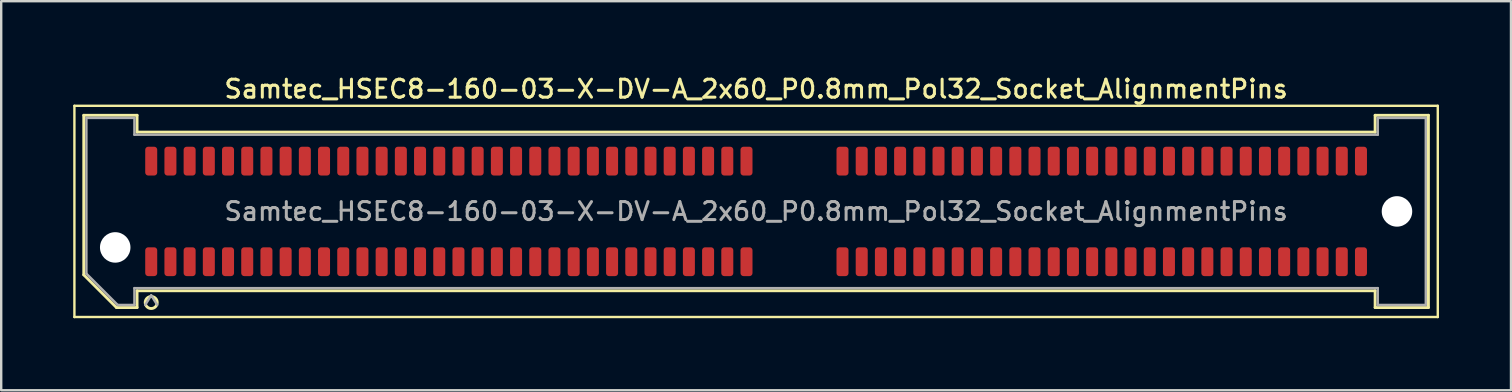
<source format=kicad_pcb>
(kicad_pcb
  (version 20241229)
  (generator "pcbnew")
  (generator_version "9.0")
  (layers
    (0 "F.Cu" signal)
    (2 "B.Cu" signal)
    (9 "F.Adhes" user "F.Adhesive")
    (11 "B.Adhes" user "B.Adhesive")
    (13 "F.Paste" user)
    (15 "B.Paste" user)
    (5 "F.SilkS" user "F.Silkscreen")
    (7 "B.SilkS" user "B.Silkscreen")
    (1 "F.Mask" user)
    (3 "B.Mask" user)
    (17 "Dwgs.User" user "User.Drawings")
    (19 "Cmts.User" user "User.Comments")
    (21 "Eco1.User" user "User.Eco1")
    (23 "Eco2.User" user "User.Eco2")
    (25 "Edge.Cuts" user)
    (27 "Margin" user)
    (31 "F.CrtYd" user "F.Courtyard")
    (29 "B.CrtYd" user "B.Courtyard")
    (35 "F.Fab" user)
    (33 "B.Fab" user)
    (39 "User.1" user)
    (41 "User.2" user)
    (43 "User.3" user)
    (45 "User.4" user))
  (footprint "Samtec_HSEC8-160-03-X-DV-A_2x60_P0.8mm_Pol32_Socket_AlignmentPins"
    (layer "F.Cu")
    (at 28.45 5.758)
    (property "Reference" "Samtec_HSEC8-160-03-X-DV-A_2x60_P0.8mm_Pol32_Socket_AlignmentPins" (at 0 -5.1 0) (layer "F.SilkS") (effects (font (size 0.75 0.75) (thickness 0.125))))
    (attr smd)
    (fp_line (start -28.4 -4.4) (end -28.4 4.4) (stroke (width 0.1) (type solid)) (layer "F.SilkS"))
    (fp_line (start -28.4 4.4) (end 28.4 4.4) (stroke (width 0.1) (type solid)) (layer "F.SilkS"))
    (fp_line (start -28.01 -4.005) (end -25.79 -4.005) (stroke (width 0.12) (type solid)) (layer "F.SilkS"))
    (fp_line (start -28.01 2.641) (end -28.01 -4.005) (stroke (width 0.12) (type solid)) (layer "F.SilkS"))
    (fp_line (start -26.646 4.005) (end -28.01 2.641) (stroke (width 0.12) (type solid)) (layer "F.SilkS"))
    (fp_line (start -25.79 -4.005) (end -25.79 -3.305) (stroke (width 0.12) (type solid)) (layer "F.SilkS"))
    (fp_line (start -25.79 -3.305) (end 25.79 -3.305) (stroke (width 0.12) (type solid)) (layer "F.SilkS"))
    (fp_line (start -25.79 3.305) (end -25.79 4.005) (stroke (width 0.12) (type solid)) (layer "F.SilkS"))
    (fp_line (start -25.79 4.005) (end -26.646 4.005) (stroke (width 0.12) (type solid)) (layer "F.SilkS"))
    (fp_line (start 25.79 -4.005) (end 28.01 -4.005) (stroke (width 0.12) (type solid)) (layer "F.SilkS"))
    (fp_line (start 25.79 -3.305) (end 25.79 -4.005) (stroke (width 0.12) (type solid)) (layer "F.SilkS"))
    (fp_line (start 25.79 3.305) (end -25.79 3.305) (stroke (width 0.12) (type solid)) (layer "F.SilkS"))
    (fp_line (start 25.79 4.005) (end 25.79 3.305) (stroke (width 0.12) (type solid)) (layer "F.SilkS"))
    (fp_line (start 28.01 -4.005) (end 28.01 4.005) (stroke (width 0.12) (type solid)) (layer "F.SilkS"))
    (fp_line (start 28.01 4.005) (end 25.79 4.005) (stroke (width 0.12) (type solid)) (layer "F.SilkS"))
    (fp_line (start 28.4 -4.4) (end -28.4 -4.4) (stroke (width 0.1) (type solid)) (layer "F.SilkS"))
    (fp_line (start 28.4 4.4) (end 28.4 -4.4) (stroke (width 0.1) (type solid)) (layer "F.SilkS"))
    (fp_arc (start -24.95 3.795) (mid -25.45 3.795) (end -24.95 3.795) (stroke (width 0.12) (type solid)) (layer "F.SilkS"))
    (fp_line (start -27.9 -3.895) (end -25.9 -3.895) (stroke (width 0.1) (type solid)) (layer "F.Fab"))
    (fp_line (start -27.9 2.595) (end -27.9 -3.895) (stroke (width 0.1) (type solid)) (layer "F.Fab"))
    (fp_line (start -26.6 3.895) (end -27.9 2.595) (stroke (width 0.1) (type solid)) (layer "F.Fab"))
    (fp_line (start -25.9 -3.895) (end -25.9 -3.195) (stroke (width 0.1) (type solid)) (layer "F.Fab"))
    (fp_line (start -25.9 -3.195) (end 25.9 -3.195) (stroke (width 0.1) (type solid)) (layer "F.Fab"))
    (fp_line (start -25.9 3.195) (end -25.9 3.895) (stroke (width 0.1) (type solid)) (layer "F.Fab"))
    (fp_line (start -25.9 3.895) (end -26.6 3.895) (stroke (width 0.1) (type solid)) (layer "F.Fab"))
    (fp_line (start -25.2 3.495) (end -25.45 3.895) (stroke (width 0.1) (type solid)) (layer "F.Fab"))
    (fp_line (start -25.2 3.495) (end -24.95 3.895) (stroke (width 0.1) (type solid)) (layer "F.Fab"))
    (fp_line (start 25.9 -3.895) (end 27.9 -3.895) (stroke (width 0.1) (type solid)) (layer "F.Fab"))
    (fp_line (start 25.9 -3.195) (end 25.9 -3.895) (stroke (width 0.1) (type solid)) (layer "F.Fab"))
    (fp_line (start 25.9 3.195) (end -25.9 3.195) (stroke (width 0.1) (type solid)) (layer "F.Fab"))
    (fp_line (start 25.9 3.895) (end 25.9 3.195) (stroke (width 0.1) (type solid)) (layer "F.Fab"))
    (fp_line (start 27.9 -3.895) (end 27.9 3.895) (stroke (width 0.1) (type solid)) (layer "F.Fab"))
    (fp_line (start 27.9 3.895) (end 25.9 3.895) (stroke (width 0.1) (type solid)) (layer "F.Fab"))
    (fp_text user "${REFERENCE}" (at 0 0 0) (layer "F.Fab") (effects (font (size 0.75 0.75) (thickness 0.125))))
    (pad "" np_thru_hole circle (at -26.7 1.5) (size 1.27 1.27) (drill 1.27) (layers "*.Cu" "*.Mask"))
    (pad "" np_thru_hole circle (at 26.7 0) (size 1.27 1.27) (drill 1.27) (layers "*.Cu" "*.Mask"))
    (pad "1" smd roundrect (at -25.2 2.095) (size 0.5 1.2) (layers "F.Cu" "F.Mask" "F.Paste") (roundrect_rratio 0.25))
    (pad "2" smd roundrect (at -25.2 -2.095) (size 0.5 1.2) (layers "F.Cu" "F.Mask" "F.Paste") (roundrect_rratio 0.25))
    (pad "3" smd roundrect (at -24.4 2.095) (size 0.5 1.2) (layers "F.Cu" "F.Mask" "F.Paste") (roundrect_rratio 0.25))
    (pad "4" smd roundrect (at -24.4 -2.095) (size 0.5 1.2) (layers "F.Cu" "F.Mask" "F.Paste") (roundrect_rratio 0.25))
    (pad "5" smd roundrect (at -23.6 2.095) (size 0.5 1.2) (layers "F.Cu" "F.Mask" "F.Paste") (roundrect_rratio 0.25))
    (pad "6" smd roundrect (at -23.6 -2.095) (size 0.5 1.2) (layers "F.Cu" "F.Mask" "F.Paste") (roundrect_rratio 0.25))
    (pad "7" smd roundrect (at -22.8 2.095) (size 0.5 1.2) (layers "F.Cu" "F.Mask" "F.Paste") (roundrect_rratio 0.25))
    (pad "8" smd roundrect (at -22.8 -2.095) (size 0.5 1.2) (layers "F.Cu" "F.Mask" "F.Paste") (roundrect_rratio 0.25))
    (pad "9" smd roundrect (at -22 2.095) (size 0.5 1.2) (layers "F.Cu" "F.Mask" "F.Paste") (roundrect_rratio 0.25))
    (pad "10" smd roundrect (at -22 -2.095) (size 0.5 1.2) (layers "F.Cu" "F.Mask" "F.Paste") (roundrect_rratio 0.25))
    (pad "11" smd roundrect (at -21.2 2.095) (size 0.5 1.2) (layers "F.Cu" "F.Mask" "F.Paste") (roundrect_rratio 0.25))
    (pad "12" smd roundrect (at -21.2 -2.095) (size 0.5 1.2) (layers "F.Cu" "F.Mask" "F.Paste") (roundrect_rratio 0.25))
    (pad "13" smd roundrect (at -20.4 2.095) (size 0.5 1.2) (layers "F.Cu" "F.Mask" "F.Paste") (roundrect_rratio 0.25))
    (pad "14" smd roundrect (at -20.4 -2.095) (size 0.5 1.2) (layers "F.Cu" "F.Mask" "F.Paste") (roundrect_rratio 0.25))
    (pad "15" smd roundrect (at -19.6 2.095) (size 0.5 1.2) (layers "F.Cu" "F.Mask" "F.Paste") (roundrect_rratio 0.25))
    (pad "16" smd roundrect (at -19.6 -2.095) (size 0.5 1.2) (layers "F.Cu" "F.Mask" "F.Paste") (roundrect_rratio 0.25))
    (pad "17" smd roundrect (at -18.8 2.095) (size 0.5 1.2) (layers "F.Cu" "F.Mask" "F.Paste") (roundrect_rratio 0.25))
    (pad "18" smd roundrect (at -18.8 -2.095) (size 0.5 1.2) (layers "F.Cu" "F.Mask" "F.Paste") (roundrect_rratio 0.25))
    (pad "19" smd roundrect (at -18 2.095) (size 0.5 1.2) (layers "F.Cu" "F.Mask" "F.Paste") (roundrect_rratio 0.25))
    (pad "20" smd roundrect (at -18 -2.095) (size 0.5 1.2) (layers "F.Cu" "F.Mask" "F.Paste") (roundrect_rratio 0.25))
    (pad "21" smd roundrect (at -17.2 2.095) (size 0.5 1.2) (layers "F.Cu" "F.Mask" "F.Paste") (roundrect_rratio 0.25))
    (pad "22" smd roundrect (at -17.2 -2.095) (size 0.5 1.2) (layers "F.Cu" "F.Mask" "F.Paste") (roundrect_rratio 0.25))
    (pad "23" smd roundrect (at -16.4 2.095) (size 0.5 1.2) (layers "F.Cu" "F.Mask" "F.Paste") (roundrect_rratio 0.25))
    (pad "24" smd roundrect (at -16.4 -2.095) (size 0.5 1.2) (layers "F.Cu" "F.Mask" "F.Paste") (roundrect_rratio 0.25))
    (pad "25" smd roundrect (at -15.6 2.095) (size 0.5 1.2) (layers "F.Cu" "F.Mask" "F.Paste") (roundrect_rratio 0.25))
    (pad "26" smd roundrect (at -15.6 -2.095) (size 0.5 1.2) (layers "F.Cu" "F.Mask" "F.Paste") (roundrect_rratio 0.25))
    (pad "27" smd roundrect (at -14.8 2.095) (size 0.5 1.2) (layers "F.Cu" "F.Mask" "F.Paste") (roundrect_rratio 0.25))
    (pad "28" smd roundrect (at -14.8 -2.095) (size 0.5 1.2) (layers "F.Cu" "F.Mask" "F.Paste") (roundrect_rratio 0.25))
    (pad "29" smd roundrect (at -14 2.095) (size 0.5 1.2) (layers "F.Cu" "F.Mask" "F.Paste") (roundrect_rratio 0.25))
    (pad "30" smd roundrect (at -14 -2.095) (size 0.5 1.2) (layers "F.Cu" "F.Mask" "F.Paste") (roundrect_rratio 0.25))
    (pad "31" smd roundrect (at -13.2 2.095) (size 0.5 1.2) (layers "F.Cu" "F.Mask" "F.Paste") (roundrect_rratio 0.25))
    (pad "32" smd roundrect (at -13.2 -2.095) (size 0.5 1.2) (layers "F.Cu" "F.Mask" "F.Paste") (roundrect_rratio 0.25))
    (pad "33" smd roundrect (at -12.4 2.095) (size 0.5 1.2) (layers "F.Cu" "F.Mask" "F.Paste") (roundrect_rratio 0.25))
    (pad "34" smd roundrect (at -12.4 -2.095) (size 0.5 1.2) (layers "F.Cu" "F.Mask" "F.Paste") (roundrect_rratio 0.25))
    (pad "35" smd roundrect (at -11.6 2.095) (size 0.5 1.2) (layers "F.Cu" "F.Mask" "F.Paste") (roundrect_rratio 0.25))
    (pad "36" smd roundrect (at -11.6 -2.095) (size 0.5 1.2) (layers "F.Cu" "F.Mask" "F.Paste") (roundrect_rratio 0.25))
    (pad "37" smd roundrect (at -10.8 2.095) (size 0.5 1.2) (layers "F.Cu" "F.Mask" "F.Paste") (roundrect_rratio 0.25))
    (pad "38" smd roundrect (at -10.8 -2.095) (size 0.5 1.2) (layers "F.Cu" "F.Mask" "F.Paste") (roundrect_rratio 0.25))
    (pad "39" smd roundrect (at -10 2.095) (size 0.5 1.2) (layers "F.Cu" "F.Mask" "F.Paste") (roundrect_rratio 0.25))
    (pad "40" smd roundrect (at -10 -2.095) (size 0.5 1.2) (layers "F.Cu" "F.Mask" "F.Paste") (roundrect_rratio 0.25))
    (pad "41" smd roundrect (at -9.2 2.095) (size 0.5 1.2) (layers "F.Cu" "F.Mask" "F.Paste") (roundrect_rratio 0.25))
    (pad "42" smd roundrect (at -9.2 -2.095) (size 0.5 1.2) (layers "F.Cu" "F.Mask" "F.Paste") (roundrect_rratio 0.25))
    (pad "43" smd roundrect (at -8.4 2.095) (size 0.5 1.2) (layers "F.Cu" "F.Mask" "F.Paste") (roundrect_rratio 0.25))
    (pad "44" smd roundrect (at -8.4 -2.095) (size 0.5 1.2) (layers "F.Cu" "F.Mask" "F.Paste") (roundrect_rratio 0.25))
    (pad "45" smd roundrect (at -7.6 2.095) (size 0.5 1.2) (layers "F.Cu" "F.Mask" "F.Paste") (roundrect_rratio 0.25))
    (pad "46" smd roundrect (at -7.6 -2.095) (size 0.5 1.2) (layers "F.Cu" "F.Mask" "F.Paste") (roundrect_rratio 0.25))
    (pad "47" smd roundrect (at -6.8 2.095) (size 0.5 1.2) (layers "F.Cu" "F.Mask" "F.Paste") (roundrect_rratio 0.25))
    (pad "48" smd roundrect (at -6.8 -2.095) (size 0.5 1.2) (layers "F.Cu" "F.Mask" "F.Paste") (roundrect_rratio 0.25))
    (pad "49" smd roundrect (at -6 2.095) (size 0.5 1.2) (layers "F.Cu" "F.Mask" "F.Paste") (roundrect_rratio 0.25))
    (pad "50" smd roundrect (at -6 -2.095) (size 0.5 1.2) (layers "F.Cu" "F.Mask" "F.Paste") (roundrect_rratio 0.25))
    (pad "51" smd roundrect (at -5.2 2.095) (size 0.5 1.2) (layers "F.Cu" "F.Mask" "F.Paste") (roundrect_rratio 0.25))
    (pad "52" smd roundrect (at -5.2 -2.095) (size 0.5 1.2) (layers "F.Cu" "F.Mask" "F.Paste") (roundrect_rratio 0.25))
    (pad "53" smd roundrect (at -4.4 2.095) (size 0.5 1.2) (layers "F.Cu" "F.Mask" "F.Paste") (roundrect_rratio 0.25))
    (pad "54" smd roundrect (at -4.4 -2.095) (size 0.5 1.2) (layers "F.Cu" "F.Mask" "F.Paste") (roundrect_rratio 0.25))
    (pad "55" smd roundrect (at -3.6 2.095) (size 0.5 1.2) (layers "F.Cu" "F.Mask" "F.Paste") (roundrect_rratio 0.25))
    (pad "56" smd roundrect (at -3.6 -2.095) (size 0.5 1.2) (layers "F.Cu" "F.Mask" "F.Paste") (roundrect_rratio 0.25))
    (pad "57" smd roundrect (at -2.8 2.095) (size 0.5 1.2) (layers "F.Cu" "F.Mask" "F.Paste") (roundrect_rratio 0.25))
    (pad "58" smd roundrect (at -2.8 -2.095) (size 0.5 1.2) (layers "F.Cu" "F.Mask" "F.Paste") (roundrect_rratio 0.25))
    (pad "59" smd roundrect (at -2 2.095) (size 0.5 1.2) (layers "F.Cu" "F.Mask" "F.Paste") (roundrect_rratio 0.25))
    (pad "60" smd roundrect (at -2 -2.095) (size 0.5 1.2) (layers "F.Cu" "F.Mask" "F.Paste") (roundrect_rratio 0.25))
    (pad "61" smd roundrect (at -1.2 2.095) (size 0.5 1.2) (layers "F.Cu" "F.Mask" "F.Paste") (roundrect_rratio 0.25))
    (pad "62" smd roundrect (at -1.2 -2.095) (size 0.5 1.2) (layers "F.Cu" "F.Mask" "F.Paste") (roundrect_rratio 0.25))
    (pad "63" smd roundrect (at -0.4 2.095) (size 0.5 1.2) (layers "F.Cu" "F.Mask" "F.Paste") (roundrect_rratio 0.25))
    (pad "64" smd roundrect (at -0.4 -2.095) (size 0.5 1.2) (layers "F.Cu" "F.Mask" "F.Paste") (roundrect_rratio 0.25))
    (pad "65" smd roundrect (at 3.6 2.095) (size 0.5 1.2) (layers "F.Cu" "F.Mask" "F.Paste") (roundrect_rratio 0.25))
    (pad "66" smd roundrect (at 3.6 -2.095) (size 0.5 1.2) (layers "F.Cu" "F.Mask" "F.Paste") (roundrect_rratio 0.25))
    (pad "67" smd roundrect (at 4.4 2.095) (size 0.5 1.2) (layers "F.Cu" "F.Mask" "F.Paste") (roundrect_rratio 0.25))
    (pad "68" smd roundrect (at 4.4 -2.095) (size 0.5 1.2) (layers "F.Cu" "F.Mask" "F.Paste") (roundrect_rratio 0.25))
    (pad "69" smd roundrect (at 5.2 2.095) (size 0.5 1.2) (layers "F.Cu" "F.Mask" "F.Paste") (roundrect_rratio 0.25))
    (pad "70" smd roundrect (at 5.2 -2.095) (size 0.5 1.2) (layers "F.Cu" "F.Mask" "F.Paste") (roundrect_rratio 0.25))
    (pad "71" smd roundrect (at 6 2.095) (size 0.5 1.2) (layers "F.Cu" "F.Mask" "F.Paste") (roundrect_rratio 0.25))
    (pad "72" smd roundrect (at 6 -2.095) (size 0.5 1.2) (layers "F.Cu" "F.Mask" "F.Paste") (roundrect_rratio 0.25))
    (pad "73" smd roundrect (at 6.8 2.095) (size 0.5 1.2) (layers "F.Cu" "F.Mask" "F.Paste") (roundrect_rratio 0.25))
    (pad "74" smd roundrect (at 6.8 -2.095) (size 0.5 1.2) (layers "F.Cu" "F.Mask" "F.Paste") (roundrect_rratio 0.25))
    (pad "75" smd roundrect (at 7.6 2.095) (size 0.5 1.2) (layers "F.Cu" "F.Mask" "F.Paste") (roundrect_rratio 0.25))
    (pad "76" smd roundrect (at 7.6 -2.095) (size 0.5 1.2) (layers "F.Cu" "F.Mask" "F.Paste") (roundrect_rratio 0.25))
    (pad "77" smd roundrect (at 8.4 2.095) (size 0.5 1.2) (layers "F.Cu" "F.Mask" "F.Paste") (roundrect_rratio 0.25))
    (pad "78" smd roundrect (at 8.4 -2.095) (size 0.5 1.2) (layers "F.Cu" "F.Mask" "F.Paste") (roundrect_rratio 0.25))
    (pad "79" smd roundrect (at 9.2 2.095) (size 0.5 1.2) (layers "F.Cu" "F.Mask" "F.Paste") (roundrect_rratio 0.25))
    (pad "80" smd roundrect (at 9.2 -2.095) (size 0.5 1.2) (layers "F.Cu" "F.Mask" "F.Paste") (roundrect_rratio 0.25))
    (pad "81" smd roundrect (at 10 2.095) (size 0.5 1.2) (layers "F.Cu" "F.Mask" "F.Paste") (roundrect_rratio 0.25))
    (pad "82" smd roundrect (at 10 -2.095) (size 0.5 1.2) (layers "F.Cu" "F.Mask" "F.Paste") (roundrect_rratio 0.25))
    (pad "83" smd roundrect (at 10.8 2.095) (size 0.5 1.2) (layers "F.Cu" "F.Mask" "F.Paste") (roundrect_rratio 0.25))
    (pad "84" smd roundrect (at 10.8 -2.095) (size 0.5 1.2) (layers "F.Cu" "F.Mask" "F.Paste") (roundrect_rratio 0.25))
    (pad "85" smd roundrect (at 11.6 2.095) (size 0.5 1.2) (layers "F.Cu" "F.Mask" "F.Paste") (roundrect_rratio 0.25))
    (pad "86" smd roundrect (at 11.6 -2.095) (size 0.5 1.2) (layers "F.Cu" "F.Mask" "F.Paste") (roundrect_rratio 0.25))
    (pad "87" smd roundrect (at 12.4 2.095) (size 0.5 1.2) (layers "F.Cu" "F.Mask" "F.Paste") (roundrect_rratio 0.25))
    (pad "88" smd roundrect (at 12.4 -2.095) (size 0.5 1.2) (layers "F.Cu" "F.Mask" "F.Paste") (roundrect_rratio 0.25))
    (pad "89" smd roundrect (at 13.2 2.095) (size 0.5 1.2) (layers "F.Cu" "F.Mask" "F.Paste") (roundrect_rratio 0.25))
    (pad "90" smd roundrect (at 13.2 -2.095) (size 0.5 1.2) (layers "F.Cu" "F.Mask" "F.Paste") (roundrect_rratio 0.25))
    (pad "91" smd roundrect (at 14 2.095) (size 0.5 1.2) (layers "F.Cu" "F.Mask" "F.Paste") (roundrect_rratio 0.25))
    (pad "92" smd roundrect (at 14 -2.095) (size 0.5 1.2) (layers "F.Cu" "F.Mask" "F.Paste") (roundrect_rratio 0.25))
    (pad "93" smd roundrect (at 14.8 2.095) (size 0.5 1.2) (layers "F.Cu" "F.Mask" "F.Paste") (roundrect_rratio 0.25))
    (pad "94" smd roundrect (at 14.8 -2.095) (size 0.5 1.2) (layers "F.Cu" "F.Mask" "F.Paste") (roundrect_rratio 0.25))
    (pad "95" smd roundrect (at 15.6 2.095) (size 0.5 1.2) (layers "F.Cu" "F.Mask" "F.Paste") (roundrect_rratio 0.25))
    (pad "96" smd roundrect (at 15.6 -2.095) (size 0.5 1.2) (layers "F.Cu" "F.Mask" "F.Paste") (roundrect_rratio 0.25))
    (pad "97" smd roundrect (at 16.4 2.095) (size 0.5 1.2) (layers "F.Cu" "F.Mask" "F.Paste") (roundrect_rratio 0.25))
    (pad "98" smd roundrect (at 16.4 -2.095) (size 0.5 1.2) (layers "F.Cu" "F.Mask" "F.Paste") (roundrect_rratio 0.25))
    (pad "99" smd roundrect (at 17.2 2.095) (size 0.5 1.2) (layers "F.Cu" "F.Mask" "F.Paste") (roundrect_rratio 0.25))
    (pad "100" smd roundrect (at 17.2 -2.095) (size 0.5 1.2) (layers "F.Cu" "F.Mask" "F.Paste") (roundrect_rratio 0.25))
    (pad "101" smd roundrect (at 18 2.095) (size 0.5 1.2) (layers "F.Cu" "F.Mask" "F.Paste") (roundrect_rratio 0.25))
    (pad "102" smd roundrect (at 18 -2.095) (size 0.5 1.2) (layers "F.Cu" "F.Mask" "F.Paste") (roundrect_rratio 0.25))
    (pad "103" smd roundrect (at 18.8 2.095) (size 0.5 1.2) (layers "F.Cu" "F.Mask" "F.Paste") (roundrect_rratio 0.25))
    (pad "104" smd roundrect (at 18.8 -2.095) (size 0.5 1.2) (layers "F.Cu" "F.Mask" "F.Paste") (roundrect_rratio 0.25))
    (pad "105" smd roundrect (at 19.6 2.095) (size 0.5 1.2) (layers "F.Cu" "F.Mask" "F.Paste") (roundrect_rratio 0.25))
    (pad "106" smd roundrect (at 19.6 -2.095) (size 0.5 1.2) (layers "F.Cu" "F.Mask" "F.Paste") (roundrect_rratio 0.25))
    (pad "107" smd roundrect (at 20.4 2.095) (size 0.5 1.2) (layers "F.Cu" "F.Mask" "F.Paste") (roundrect_rratio 0.25))
    (pad "108" smd roundrect (at 20.4 -2.095) (size 0.5 1.2) (layers "F.Cu" "F.Mask" "F.Paste") (roundrect_rratio 0.25))
    (pad "109" smd roundrect (at 21.2 2.095) (size 0.5 1.2) (layers "F.Cu" "F.Mask" "F.Paste") (roundrect_rratio 0.25))
    (pad "110" smd roundrect (at 21.2 -2.095) (size 0.5 1.2) (layers "F.Cu" "F.Mask" "F.Paste") (roundrect_rratio 0.25))
    (pad "111" smd roundrect (at 22 2.095) (size 0.5 1.2) (layers "F.Cu" "F.Mask" "F.Paste") (roundrect_rratio 0.25))
    (pad "112" smd roundrect (at 22 -2.095) (size 0.5 1.2) (layers "F.Cu" "F.Mask" "F.Paste") (roundrect_rratio 0.25))
    (pad "113" smd roundrect (at 22.8 2.095) (size 0.5 1.2) (layers "F.Cu" "F.Mask" "F.Paste") (roundrect_rratio 0.25))
    (pad "114" smd roundrect (at 22.8 -2.095) (size 0.5 1.2) (layers "F.Cu" "F.Mask" "F.Paste") (roundrect_rratio 0.25))
    (pad "115" smd roundrect (at 23.6 2.095) (size 0.5 1.2) (layers "F.Cu" "F.Mask" "F.Paste") (roundrect_rratio 0.25))
    (pad "116" smd roundrect (at 23.6 -2.095) (size 0.5 1.2) (layers "F.Cu" "F.Mask" "F.Paste") (roundrect_rratio 0.25))
    (pad "117" smd roundrect (at 24.4 2.095) (size 0.5 1.2) (layers "F.Cu" "F.Mask" "F.Paste") (roundrect_rratio 0.25))
    (pad "118" smd roundrect (at 24.4 -2.095) (size 0.5 1.2) (layers "F.Cu" "F.Mask" "F.Paste") (roundrect_rratio 0.25))
    (pad "119" smd roundrect (at 25.2 2.095) (size 0.5 1.2) (layers "F.Cu" "F.Mask" "F.Paste") (roundrect_rratio 0.25))
    (pad "120" smd roundrect (at 25.2 -2.095) (size 0.5 1.2) (layers "F.Cu" "F.Mask" "F.Paste") (roundrect_rratio 0.25)))
  (gr_rect
    (start -3 -3)
    (end 59.9 13.208)
    (stroke (width 0.1) (type default))
    (fill no)
    (layer "Edge.Cuts")))
</source>
